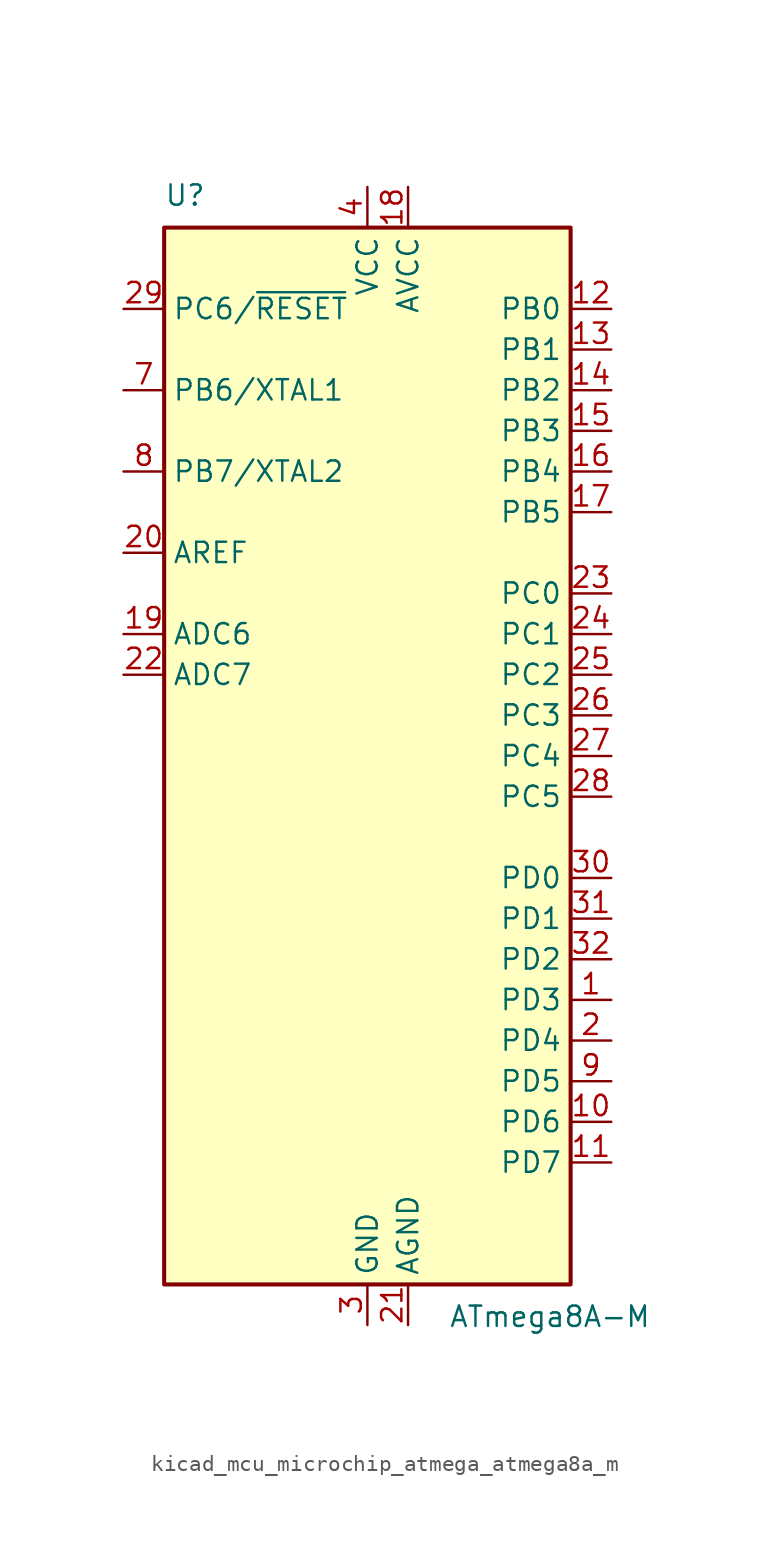
<source format=kicad_sym>
(kicad_symbol_lib
  (version 20220914)
  (generator kicad_symbol_editor)
  (symbol "kicad_mcu_microchip_atmega_atmega8a_m"
    (property "Reference" "U"
      (at -12.7 34.29 0)
      (effects (font (size 1.27 1.27)) (justify left bottom)))
    (property "Value" "ATmega8A-M"
      (at 5.08 -34.29 0)
      (effects (font (size 1.27 1.27)) (justify left top)))
    (symbol "kicad_mcu_microchip_atmega_atmega8a_m_0_1"
      (rectangle (start -12.7 -33.02) (end 12.7 33.02) (stroke (width 0.254) (type default)) (fill (type background))))
    (symbol "kicad_mcu_microchip_atmega_atmega8a_m_1_1"
      (pin bidirectional line (at 15.24 -15.24 180) (length 2.54) (name "PD3" (effects (font (size 1.27 1.27)))) (number "1" (effects (font (size 1.27 1.27)))))
      (pin bidirectional line (at 15.24 -22.86 180) (length 2.54) (name "PD6" (effects (font (size 1.27 1.27)))) (number "10" (effects (font (size 1.27 1.27)))))
      (pin bidirectional line (at 15.24 -25.4 180) (length 2.54) (name "PD7" (effects (font (size 1.27 1.27)))) (number "11" (effects (font (size 1.27 1.27)))))
      (pin bidirectional line (at 15.24 27.94 180) (length 2.54) (name "PB0" (effects (font (size 1.27 1.27)))) (number "12" (effects (font (size 1.27 1.27)))))
      (pin bidirectional line (at 15.24 25.4 180) (length 2.54) (name "PB1" (effects (font (size 1.27 1.27)))) (number "13" (effects (font (size 1.27 1.27)))))
      (pin bidirectional line (at 15.24 22.86 180) (length 2.54) (name "PB2" (effects (font (size 1.27 1.27)))) (number "14" (effects (font (size 1.27 1.27)))))
      (pin bidirectional line (at 15.24 20.32 180) (length 2.54) (name "PB3" (effects (font (size 1.27 1.27)))) (number "15" (effects (font (size 1.27 1.27)))))
      (pin bidirectional line (at 15.24 17.78 180) (length 2.54) (name "PB4" (effects (font (size 1.27 1.27)))) (number "16" (effects (font (size 1.27 1.27)))))
      (pin bidirectional line (at 15.24 15.24 180) (length 2.54) (name "PB5" (effects (font (size 1.27 1.27)))) (number "17" (effects (font (size 1.27 1.27)))))
      (pin power_in line (at 2.54 35.56 270) (length 2.54) (name "AVCC" (effects (font (size 1.27 1.27)))) (number "18" (effects (font (size 1.27 1.27)))))
      (pin input line (at -15.24 7.62 0) (length 2.54) (name "ADC6" (effects (font (size 1.27 1.27)))) (number "19" (effects (font (size 1.27 1.27)))))
      (pin bidirectional line (at 15.24 -17.78 180) (length 2.54) (name "PD4" (effects (font (size 1.27 1.27)))) (number "2" (effects (font (size 1.27 1.27)))))
      (pin passive line (at -15.24 12.7 0) (length 2.54) (name "AREF" (effects (font (size 1.27 1.27)))) (number "20" (effects (font (size 1.27 1.27)))))
      (pin power_in line (at 2.54 -35.56 90) (length 2.54) (name "AGND" (effects (font (size 1.27 1.27)))) (number "21" (effects (font (size 1.27 1.27)))))
      (pin input line (at -15.24 5.08 0) (length 2.54) (name "ADC7" (effects (font (size 1.27 1.27)))) (number "22" (effects (font (size 1.27 1.27)))))
      (pin bidirectional line (at 15.24 10.16 180) (length 2.54) (name "PC0" (effects (font (size 1.27 1.27)))) (number "23" (effects (font (size 1.27 1.27)))))
      (pin bidirectional line (at 15.24 7.62 180) (length 2.54) (name "PC1" (effects (font (size 1.27 1.27)))) (number "24" (effects (font (size 1.27 1.27)))))
      (pin bidirectional line (at 15.24 5.08 180) (length 2.54) (name "PC2" (effects (font (size 1.27 1.27)))) (number "25" (effects (font (size 1.27 1.27)))))
      (pin bidirectional line (at 15.24 2.54 180) (length 2.54) (name "PC3" (effects (font (size 1.27 1.27)))) (number "26" (effects (font (size 1.27 1.27)))))
      (pin bidirectional line (at 15.24 0 180) (length 2.54) (name "PC4" (effects (font (size 1.27 1.27)))) (number "27" (effects (font (size 1.27 1.27)))))
      (pin bidirectional line (at 15.24 -2.54 180) (length 2.54) (name "PC5" (effects (font (size 1.27 1.27)))) (number "28" (effects (font (size 1.27 1.27)))))
      (pin bidirectional line (at -15.24 27.94 0) (length 2.54) (name "PC6/~{RESET}" (effects (font (size 1.27 1.27)))) (number "29" (effects (font (size 1.27 1.27)))))
      (pin power_in line (at 0 -35.56 90) (length 2.54) (name "GND" (effects (font (size 1.27 1.27)))) (number "3" (effects (font (size 1.27 1.27)))))
      (pin bidirectional line (at 15.24 -7.62 180) (length 2.54) (name "PD0" (effects (font (size 1.27 1.27)))) (number "30" (effects (font (size 1.27 1.27)))))
      (pin bidirectional line (at 15.24 -10.16 180) (length 2.54) (name "PD1" (effects (font (size 1.27 1.27)))) (number "31" (effects (font (size 1.27 1.27)))))
      (pin bidirectional line (at 15.24 -12.7 180) (length 2.54) (name "PD2" (effects (font (size 1.27 1.27)))) (number "32" (effects (font (size 1.27 1.27)))))
      (pin passive line (at 0 -35.56 90) (length 2.54) hide (name "GND" (effects (font (size 1.27 1.27)))) (number "33" (effects (font (size 1.27 1.27)))))
      (pin power_in line (at 0 35.56 270) (length 2.54) (name "VCC" (effects (font (size 1.27 1.27)))) (number "4" (effects (font (size 1.27 1.27)))))
      (pin passive line (at 0 -35.56 90) (length 2.54) hide (name "GND" (effects (font (size 1.27 1.27)))) (number "5" (effects (font (size 1.27 1.27)))))
      (pin passive line (at 0 35.56 270) (length 2.54) hide (name "VCC" (effects (font (size 1.27 1.27)))) (number "6" (effects (font (size 1.27 1.27)))))
      (pin bidirectional line (at -15.24 22.86 0) (length 2.54) (name "PB6/XTAL1" (effects (font (size 1.27 1.27)))) (number "7" (effects (font (size 1.27 1.27)))))
      (pin bidirectional line (at -15.24 17.78 0) (length 2.54) (name "PB7/XTAL2" (effects (font (size 1.27 1.27)))) (number "8" (effects (font (size 1.27 1.27)))))
      (pin bidirectional line (at 15.24 -20.32 180) (length 2.54) (name "PD5" (effects (font (size 1.27 1.27)))) (number "9" (effects (font (size 1.27 1.27))))))))
</source>
